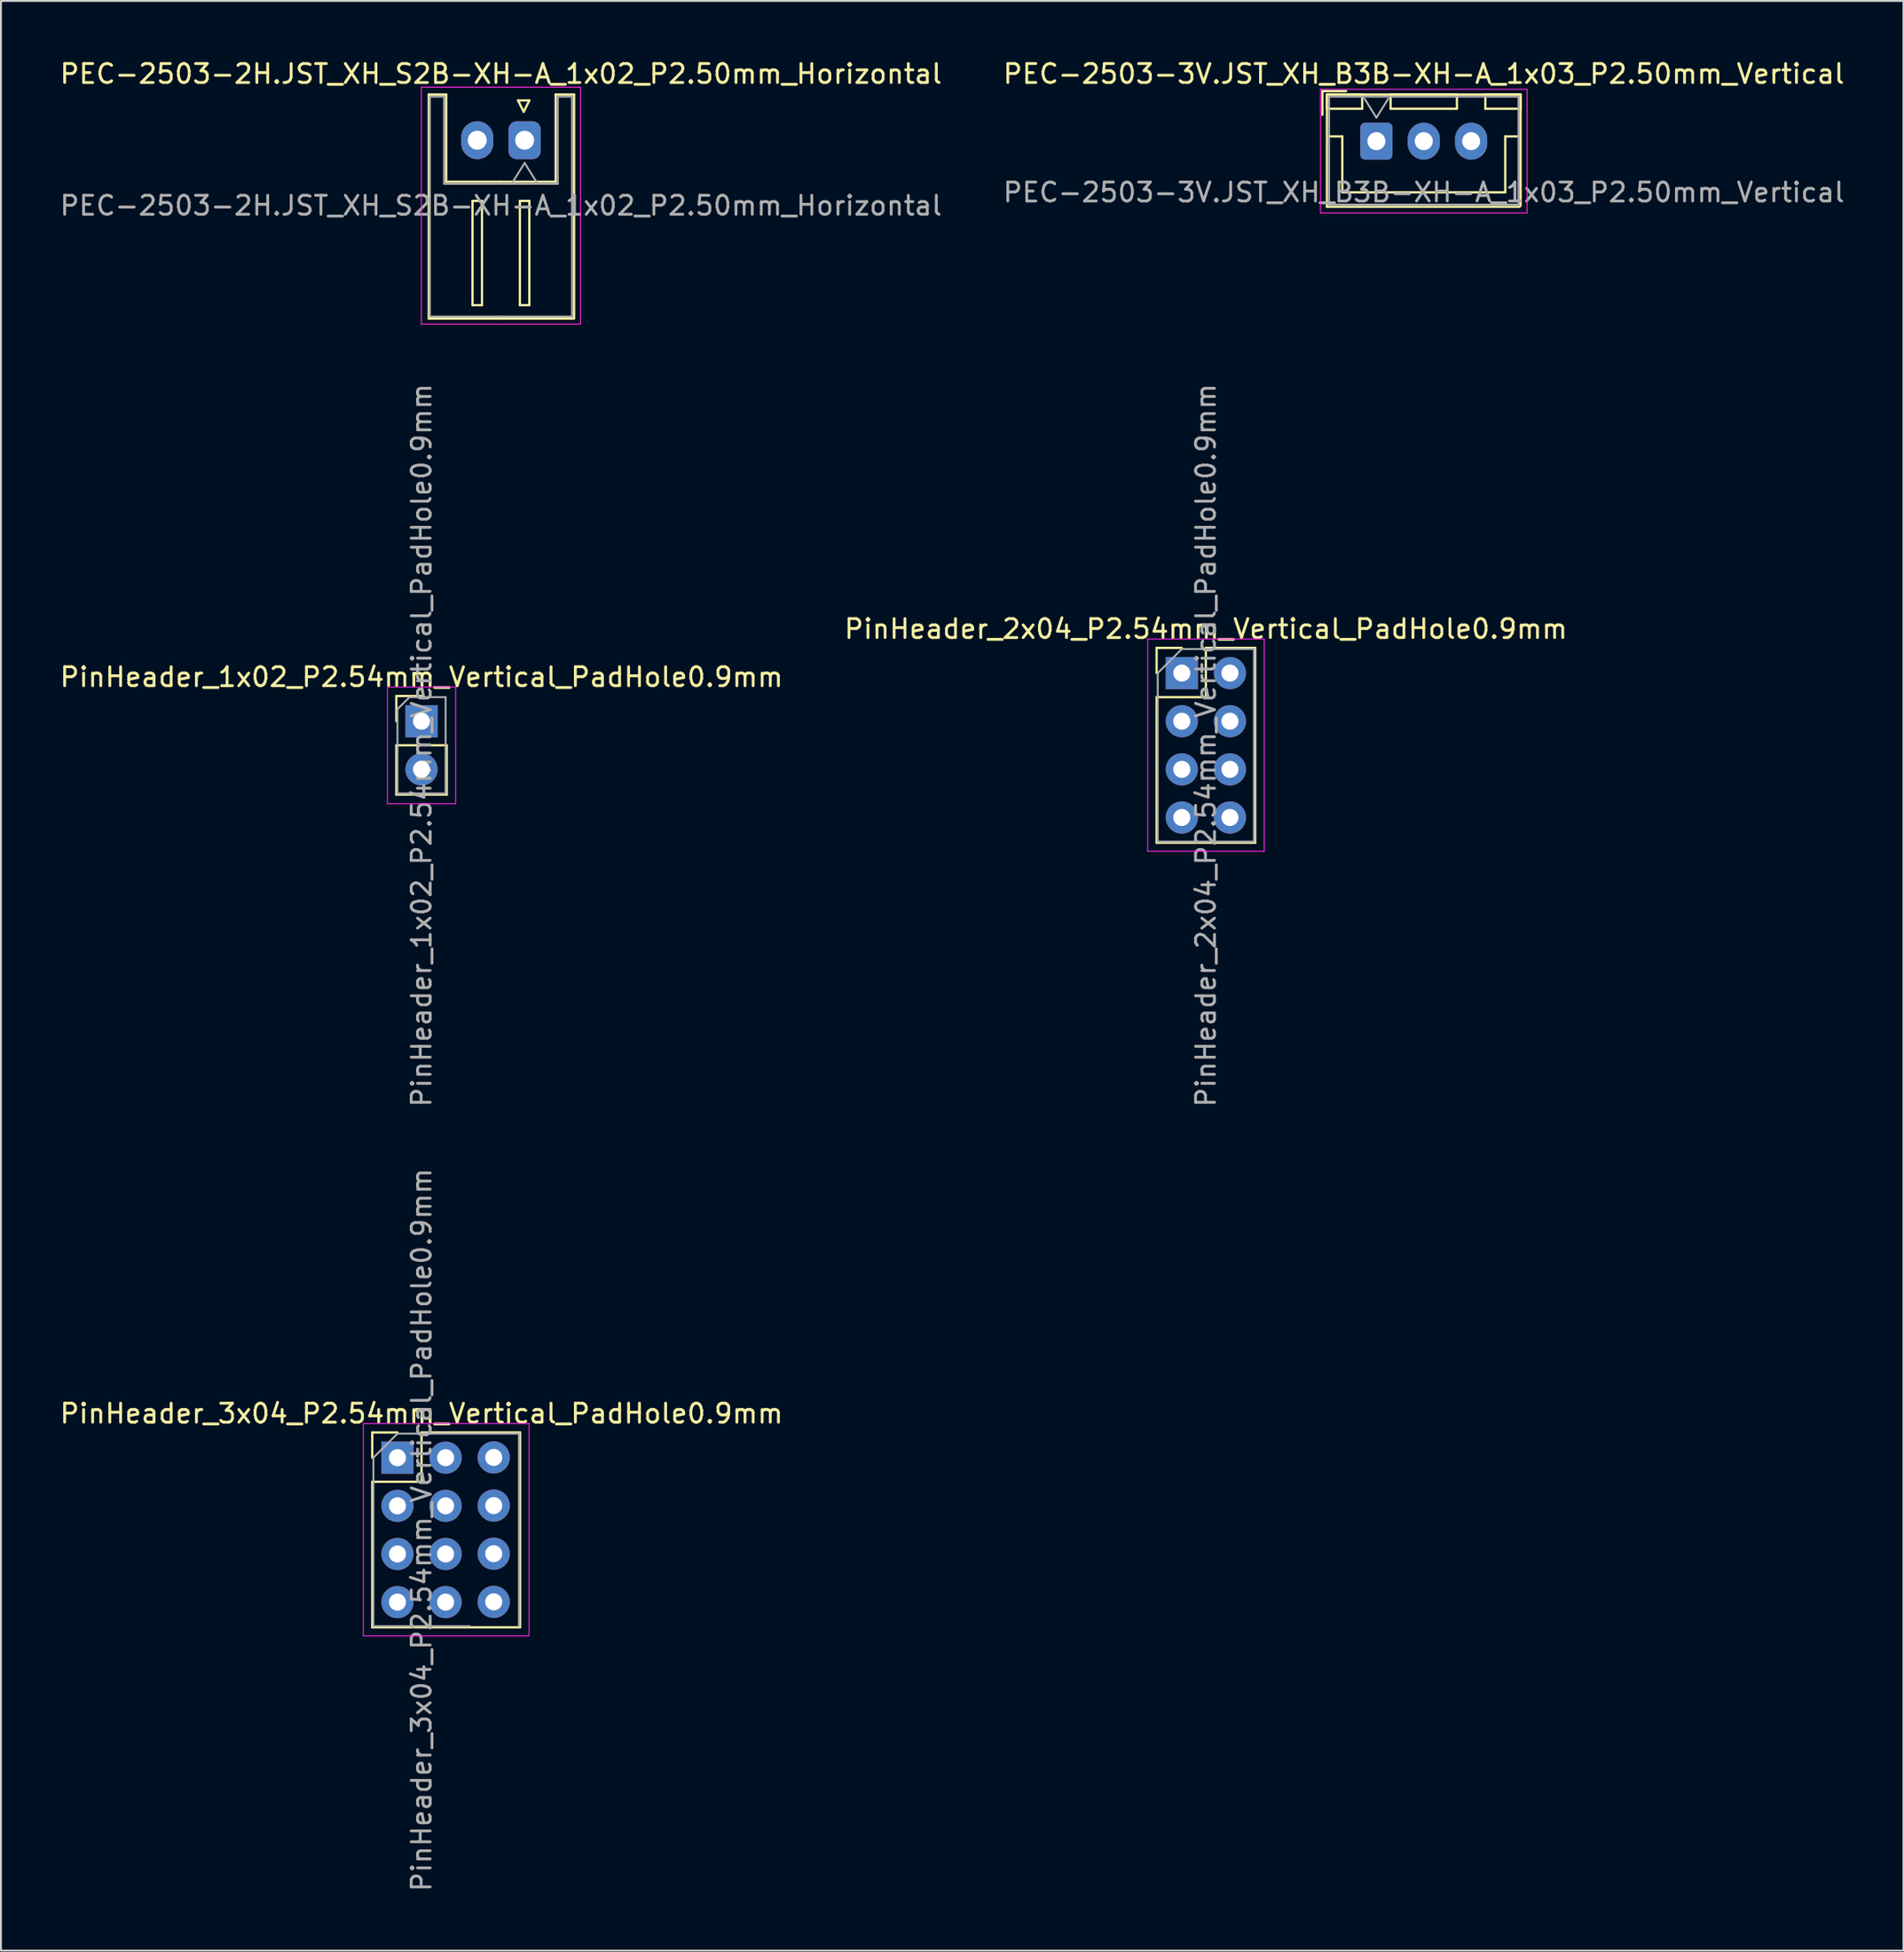
<source format=kicad_pcb>
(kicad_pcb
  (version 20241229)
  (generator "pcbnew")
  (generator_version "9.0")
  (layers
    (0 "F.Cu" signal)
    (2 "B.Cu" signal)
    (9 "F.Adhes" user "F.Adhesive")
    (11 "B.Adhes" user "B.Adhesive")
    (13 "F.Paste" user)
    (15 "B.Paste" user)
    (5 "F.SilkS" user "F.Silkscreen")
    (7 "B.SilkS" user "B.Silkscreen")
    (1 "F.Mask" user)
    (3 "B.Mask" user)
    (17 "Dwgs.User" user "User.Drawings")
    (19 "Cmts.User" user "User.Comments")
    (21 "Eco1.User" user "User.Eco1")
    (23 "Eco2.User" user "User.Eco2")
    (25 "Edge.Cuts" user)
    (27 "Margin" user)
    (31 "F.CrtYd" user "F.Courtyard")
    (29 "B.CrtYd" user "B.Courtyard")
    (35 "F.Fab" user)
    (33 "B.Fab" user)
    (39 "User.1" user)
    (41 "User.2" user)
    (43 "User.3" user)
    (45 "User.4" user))
  (footprint "PinHeader_2x04_P2.54mm_Vertical_PadHole0.9mm"
    (layer "F.Cu")
    (at 59.319 32.46)
    (property "Reference" "PinHeader_2x04_P2.54mm_Vertical_PadHole0.9mm" (at 1.27 -2.33 180) (layer "F.SilkS") (effects (font (size 1 1) (thickness 0.15))))
    (attr through_hole)
    (fp_line (start -1.33 -1.33) (end 0 -1.33) (stroke (width 0.12) (type solid)) (layer "F.SilkS"))
    (fp_line (start -1.33 0) (end -1.33 -1.33) (stroke (width 0.12) (type solid)) (layer "F.SilkS"))
    (fp_line (start -1.33 1.27) (end -1.33 8.95) (stroke (width 0.12) (type solid)) (layer "F.SilkS"))
    (fp_line (start -1.33 1.27) (end 1.27 1.27) (stroke (width 0.12) (type solid)) (layer "F.SilkS"))
    (fp_line (start -1.33 8.95) (end 3.87 8.95) (stroke (width 0.12) (type solid)) (layer "F.SilkS"))
    (fp_line (start 1.27 -1.33) (end 3.87 -1.33) (stroke (width 0.12) (type solid)) (layer "F.SilkS"))
    (fp_line (start 1.27 1.27) (end 1.27 -1.33) (stroke (width 0.12) (type solid)) (layer "F.SilkS"))
    (fp_line (start 3.87 -1.33) (end 3.87 8.95) (stroke (width 0.12) (type solid)) (layer "F.SilkS"))
    (fp_line (start -1.8 -1.8) (end -1.8 9.4) (stroke (width 0.05) (type solid)) (layer "F.CrtYd"))
    (fp_line (start -1.8 9.4) (end 4.35 9.4) (stroke (width 0.05) (type solid)) (layer "F.CrtYd"))
    (fp_line (start 4.35 -1.8) (end -1.8 -1.8) (stroke (width 0.05) (type solid)) (layer "F.CrtYd"))
    (fp_line (start 4.35 9.4) (end 4.35 -1.8) (stroke (width 0.05) (type solid)) (layer "F.CrtYd"))
    (fp_line (start -1.27 0) (end 0 -1.27) (stroke (width 0.1) (type solid)) (layer "F.Fab"))
    (fp_line (start -1.27 8.89) (end -1.27 0) (stroke (width 0.1) (type solid)) (layer "F.Fab"))
    (fp_line (start 0 -1.27) (end 3.81 -1.27) (stroke (width 0.1) (type solid)) (layer "F.Fab"))
    (fp_line (start 3.81 -1.27) (end 3.81 8.89) (stroke (width 0.1) (type solid)) (layer "F.Fab"))
    (fp_line (start 3.81 8.89) (end -1.27 8.89) (stroke (width 0.1) (type solid)) (layer "F.Fab"))
    (fp_text user "${REFERENCE}" (at 1.27 3.81 270) (layer "F.Fab") (effects (font (size 1 1) (thickness 0.15))))
    (pad "1" thru_hole rect (at 0 0) (size 1.7 1.7) (drill 0.9) (layers "*.Cu" "*.Mask"))
    (pad "2" thru_hole oval (at 2.54 0) (size 1.7 1.7) (drill 0.9) (layers "*.Cu" "*.Mask"))
    (pad "3" thru_hole oval (at 0 2.54) (size 1.7 1.7) (drill 0.9) (layers "*.Cu" "*.Mask"))
    (pad "4" thru_hole oval (at 2.54 2.54) (size 1.7 1.7) (drill 0.9) (layers "*.Cu" "*.Mask"))
    (pad "5" thru_hole oval (at 0 5.08) (size 1.7 1.7) (drill 0.9) (layers "*.Cu" "*.Mask"))
    (pad "6" thru_hole oval (at 2.54 5.08) (size 1.7 1.7) (drill 0.9) (layers "*.Cu" "*.Mask"))
    (pad "7" thru_hole oval (at 0 7.62) (size 1.7 1.7) (drill 0.9) (layers "*.Cu" "*.Mask"))
    (pad "8" thru_hole oval (at 2.54 7.62) (size 1.7 1.7) (drill 0.9) (layers "*.Cu" "*.Mask")))
  (footprint "PEC-2503-3V.JST_XH_B3B-XH-A_1x03_P2.50mm_Vertical"
    (layer "F.Cu")
    (at 69.589 4.398)
    (property "Reference" "PEC-2503-3V.JST_XH_B3B-XH-A_1x03_P2.50mm_Vertical" (at 2.5 -3.55 0) (layer "F.SilkS") (effects (font (size 1 1) (thickness 0.15))))
    (attr through_hole)
    (fp_line (start -2.85 -2.64) (end -2.85 -1.39) (stroke (width 0.12) (type solid)) (layer "F.SilkS"))
    (fp_line (start -2.61 -2.46) (end -2.61 -1.71) (stroke (width 0.12) (type solid)) (layer "F.SilkS"))
    (fp_line (start -2.61 -2.46) (end -2.61 3.46) (stroke (width 0.12) (type solid)) (layer "F.SilkS"))
    (fp_line (start -2.61 -1.71) (end -0.75 -1.71) (stroke (width 0.12) (type solid)) (layer "F.SilkS"))
    (fp_line (start -2.61 3.46) (end 7.56 3.46) (stroke (width 0.12) (type solid)) (layer "F.SilkS"))
    (fp_line (start -2.55 -0.25) (end -1.8 -0.25) (stroke (width 0.12) (type solid)) (layer "F.SilkS"))
    (fp_line (start -1.8 -0.25) (end -1.8 2.7) (stroke (width 0.12) (type solid)) (layer "F.SilkS"))
    (fp_line (start -1.8 2.7) (end 2.5 2.7) (stroke (width 0.12) (type solid)) (layer "F.SilkS"))
    (fp_line (start -1.6 -2.64) (end -2.85 -2.64) (stroke (width 0.12) (type solid)) (layer "F.SilkS"))
    (fp_line (start -0.75 -2.46) (end -2.55 -2.46) (stroke (width 0.12) (type solid)) (layer "F.SilkS"))
    (fp_line (start -0.75 -1.71) (end -0.75 -2.46) (stroke (width 0.12) (type solid)) (layer "F.SilkS"))
    (fp_line (start 0.75 -2.46) (end 0.75 -1.71) (stroke (width 0.12) (type solid)) (layer "F.SilkS"))
    (fp_line (start 0.75 -1.71) (end 4.25 -1.71) (stroke (width 0.12) (type solid)) (layer "F.SilkS"))
    (fp_line (start 4.25 -2.46) (end 0.75 -2.46) (stroke (width 0.12) (type solid)) (layer "F.SilkS"))
    (fp_line (start 4.25 -1.71) (end 4.25 -2.46) (stroke (width 0.12) (type solid)) (layer "F.SilkS"))
    (fp_line (start 5.75 -2.46) (end 5.75 -1.71) (stroke (width 0.12) (type solid)) (layer "F.SilkS"))
    (fp_line (start 5.75 -1.71) (end 7.61 -1.71) (stroke (width 0.12) (type solid)) (layer "F.SilkS"))
    (fp_line (start 6.8 -0.25) (end 6.8 2.7) (stroke (width 0.12) (type solid)) (layer "F.SilkS"))
    (fp_line (start 6.8 2.7) (end 2.5 2.7) (stroke (width 0.12) (type solid)) (layer "F.SilkS"))
    (fp_line (start 7.55 -2.46) (end 5.75 -2.46) (stroke (width 0.12) (type solid)) (layer "F.SilkS"))
    (fp_line (start 7.55 -0.25) (end 6.8 -0.25) (stroke (width 0.12) (type solid)) (layer "F.SilkS"))
    (fp_line (start 7.61 -2.46) (end -2.56 -2.46) (stroke (width 0.12) (type solid)) (layer "F.SilkS"))
    (fp_line (start 7.61 -1.71) (end 7.61 -2.46) (stroke (width 0.12) (type solid)) (layer "F.SilkS"))
    (fp_line (start 7.61 3.4) (end 7.61 -2.46) (stroke (width 0.12) (type solid)) (layer "F.SilkS"))
    (fp_line (start -2.95 -2.74) (end -2.95 3.79) (stroke (width 0.05) (type solid)) (layer "F.CrtYd"))
    (fp_line (start -2.95 3.79) (end 7.95 3.79) (stroke (width 0.05) (type solid)) (layer "F.CrtYd"))
    (fp_line (start 7.95 -2.74) (end -2.95 -2.74) (stroke (width 0.05) (type solid)) (layer "F.CrtYd"))
    (fp_line (start 7.95 3.79) (end 7.95 -2.74) (stroke (width 0.05) (type solid)) (layer "F.CrtYd"))
    (fp_line (start -2.5 -2.35) (end -2.5 3.35) (stroke (width 0.1) (type solid)) (layer "F.Fab"))
    (fp_line (start -2.5 3.35) (end 7.5 3.35) (stroke (width 0.1) (type solid)) (layer "F.Fab"))
    (fp_line (start -0.625 -2.24) (end 0 -1.24) (stroke (width 0.1) (type solid)) (layer "F.Fab"))
    (fp_line (start 0 -1.24) (end 0.625 -2.24) (stroke (width 0.1) (type solid)) (layer "F.Fab"))
    (fp_line (start 7.5 -2.35) (end -2.5 -2.35) (stroke (width 0.1) (type solid)) (layer "F.Fab"))
    (fp_line (start 7.5 3.35) (end 7.5 -2.35) (stroke (width 0.1) (type solid)) (layer "F.Fab"))
    (fp_text user "${REFERENCE}" (at 2.5 2.7 0) (layer "F.Fab") (effects (font (size 1 1) (thickness 0.15))))
    (pad "1" thru_hole roundrect (at 0 0) (size 1.7 1.95) (drill 0.95) (layers "*.Cu" "*.Mask") (roundrect_rratio 0.147))
    (pad "2" thru_hole oval (at 2.5 0) (size 1.7 1.95) (drill 0.95) (layers "*.Cu" "*.Mask"))
    (pad "3" thru_hole oval (at 5 0) (size 1.7 1.95) (drill 0.95) (layers "*.Cu" "*.Mask")))
  (footprint "PinHeader_3x04_P2.54mm_Vertical_PadHole0.9mm"
    (layer "F.Cu")
    (at 20.466 73.853)
    (property "Reference" "PinHeader_3x04_P2.54mm_Vertical_PadHole0.9mm" (at -1.27 -2.33 0) (layer "F.SilkS") (effects (font (size 1 1) (thickness 0.15))))
    (attr through_hole)
    (fp_line (start -3.87 -1.33) (end -2.54 -1.33) (stroke (width 0.12) (type solid)) (layer "F.SilkS"))
    (fp_line (start -3.87 0) (end -3.87 -1.33) (stroke (width 0.12) (type solid)) (layer "F.SilkS"))
    (fp_line (start -3.87 1.27) (end -3.87 8.95) (stroke (width 0.12) (type solid)) (layer "F.SilkS"))
    (fp_line (start -3.87 1.27) (end -1.27 1.27) (stroke (width 0.12) (type solid)) (layer "F.SilkS"))
    (fp_line (start -3.87 8.95) (end 3.933 8.95) (stroke (width 0.12) (type solid)) (layer "F.SilkS"))
    (fp_line (start -1.27 -1.33) (end 3.933 -1.33) (stroke (width 0.12) (type solid)) (layer "F.SilkS"))
    (fp_line (start -1.27 1.27) (end -1.27 -1.33) (stroke (width 0.12) (type solid)) (layer "F.SilkS"))
    (fp_line (start 3.933 -1.33) (end 3.933 8.947) (stroke (width 0.12) (type solid)) (layer "F.SilkS"))
    (fp_line (start -4.34 -1.8) (end -4.34 9.4) (stroke (width 0.05) (type solid)) (layer "F.CrtYd"))
    (fp_line (start -4.34 9.4) (end 4.404 9.4) (stroke (width 0.05) (type solid)) (layer "F.CrtYd"))
    (fp_line (start 4.404 -1.8) (end -4.34 -1.8) (stroke (width 0.05) (type solid)) (layer "F.CrtYd"))
    (fp_line (start 4.404 9.384) (end 4.404 -1.8) (stroke (width 0.05) (type solid)) (layer "F.CrtYd"))
    (fp_line (start -3.81 0) (end -2.54 -1.27) (stroke (width 0.1) (type solid)) (layer "F.Fab"))
    (fp_line (start -3.81 8.89) (end -3.81 0) (stroke (width 0.1) (type solid)) (layer "F.Fab"))
    (fp_line (start -2.54 -1.27) (end 3.873 -1.27) (stroke (width 0.1) (type solid)) (layer "F.Fab"))
    (fp_line (start 1.27 8.89) (end -3.81 8.89) (stroke (width 0.1) (type solid)) (layer "F.Fab"))
    (fp_line (start 3.873 -1.27) (end 3.873 8.89) (stroke (width 0.1) (type solid)) (layer "F.Fab"))
    (fp_text user "${REFERENCE}" (at -1.27 3.81 90) (layer "F.Fab") (effects (font (size 1 1) (thickness 0.15))))
    (pad "1" thru_hole rect (at -2.54 0) (size 1.7 1.7) (drill 0.9) (layers "*.Cu" "*.Mask"))
    (pad "2" thru_hole oval (at -2.54 2.54) (size 1.7 1.7) (drill 0.9) (layers "*.Cu" "*.Mask"))
    (pad "3" thru_hole oval (at -2.54 5.08) (size 1.7 1.7) (drill 0.9) (layers "*.Cu" "*.Mask"))
    (pad "4" thru_hole oval (at -2.54 7.62) (size 1.7 1.7) (drill 0.9) (layers "*.Cu" "*.Mask"))
    (pad "GND" thru_hole oval (at 2.54 -0.013) (size 1.7 1.7) (drill 0.9) (layers "*.Cu" "*.Mask"))
    (pad "GND" thru_hole oval (at 2.54 2.527) (size 1.7 1.7) (drill 0.9) (layers "*.Cu" "*.Mask"))
    (pad "GND" thru_hole oval (at 2.54 5.067) (size 1.7 1.7) (drill 0.9) (layers "*.Cu" "*.Mask"))
    (pad "GND" thru_hole oval (at 2.54 7.607) (size 1.7 1.7) (drill 0.9) (layers "*.Cu" "*.Mask"))
    (pad "VCC" thru_hole oval (at 0 0) (size 1.7 1.7) (drill 0.9) (layers "*.Cu" "*.Mask"))
    (pad "VCC" thru_hole oval (at 0 2.54) (size 1.7 1.7) (drill 0.9) (layers "*.Cu" "*.Mask"))
    (pad "VCC" thru_hole oval (at 0 5.08) (size 1.7 1.7) (drill 0.9) (layers "*.Cu" "*.Mask"))
    (pad "VCC" thru_hole oval (at 0 7.62) (size 1.7 1.7) (drill 0.9) (layers "*.Cu" "*.Mask")))
  (footprint "PinHeader_1x02_P2.54mm_Vertical_PadHole0.9mm"
    (layer "F.Cu")
    (at 19.196 35)
    (property "Reference" "PinHeader_1x02_P2.54mm_Vertical_PadHole0.9mm" (at 0 -2.33 0) (layer "F.SilkS") (effects (font (size 1 1) (thickness 0.15))))
    (attr through_hole)
    (fp_line (start -1.33 -1.33) (end 0 -1.33) (stroke (width 0.12) (type solid)) (layer "F.SilkS"))
    (fp_line (start -1.33 0) (end -1.33 -1.33) (stroke (width 0.12) (type solid)) (layer "F.SilkS"))
    (fp_line (start -1.33 1.27) (end -1.33 3.87) (stroke (width 0.12) (type solid)) (layer "F.SilkS"))
    (fp_line (start -1.33 1.27) (end 1.33 1.27) (stroke (width 0.12) (type solid)) (layer "F.SilkS"))
    (fp_line (start -1.33 3.87) (end 1.33 3.87) (stroke (width 0.12) (type solid)) (layer "F.SilkS"))
    (fp_line (start 1.33 1.27) (end 1.33 3.87) (stroke (width 0.12) (type solid)) (layer "F.SilkS"))
    (fp_line (start -1.8 -1.8) (end -1.8 4.35) (stroke (width 0.05) (type solid)) (layer "F.CrtYd"))
    (fp_line (start -1.8 4.35) (end 1.8 4.35) (stroke (width 0.05) (type solid)) (layer "F.CrtYd"))
    (fp_line (start 1.8 -1.8) (end -1.8 -1.8) (stroke (width 0.05) (type solid)) (layer "F.CrtYd"))
    (fp_line (start 1.8 4.35) (end 1.8 -1.8) (stroke (width 0.05) (type solid)) (layer "F.CrtYd"))
    (fp_line (start -1.27 -0.635) (end -0.635 -1.27) (stroke (width 0.1) (type solid)) (layer "F.Fab"))
    (fp_line (start -1.27 3.81) (end -1.27 -0.635) (stroke (width 0.1) (type solid)) (layer "F.Fab"))
    (fp_line (start -0.635 -1.27) (end 1.27 -1.27) (stroke (width 0.1) (type solid)) (layer "F.Fab"))
    (fp_line (start 1.27 -1.27) (end 1.27 3.81) (stroke (width 0.1) (type solid)) (layer "F.Fab"))
    (fp_line (start 1.27 3.81) (end -1.27 3.81) (stroke (width 0.1) (type solid)) (layer "F.Fab"))
    (fp_text user "${REFERENCE}" (at 0 1.27 270) (layer "F.Fab") (effects (font (size 1 1) (thickness 0.15))))
    (pad "1" thru_hole rect (at 0 0) (size 1.7 1.7) (drill 0.9) (layers "*.Cu" "*.Mask"))
    (pad "2" thru_hole oval (at 0 2.54) (size 1.7 1.7) (drill 0.9) (layers "*.Cu" "*.Mask")))
  (footprint "PEC-2503-2H.JST_XH_S2B-XH-A_1x02_P2.50mm_Horizontal"
    (layer "F.Cu")
    (at 22.137 4.348)
    (property "Reference" "PEC-2503-2H.JST_XH_S2B-XH-A_1x02_P2.50mm_Horizontal" (at 1.25 -3.5 0) (layer "F.SilkS") (effects (font (size 1 1) (thickness 0.15))))
    (attr through_hole)
    (fp_line (start -2.56 -2.41) (end -1.64 -2.41) (stroke (width 0.12) (type solid)) (layer "F.SilkS"))
    (fp_line (start -2.56 9.41) (end -2.56 -2.41) (stroke (width 0.12) (type solid)) (layer "F.SilkS"))
    (fp_line (start -1.64 -2.41) (end -1.64 2.19) (stroke (width 0.12) (type solid)) (layer "F.SilkS"))
    (fp_line (start -1.64 2.19) (end 1.25 2.19) (stroke (width 0.12) (type solid)) (layer "F.SilkS"))
    (fp_line (start -0.25 3.2) (end -0.25 8.7) (stroke (width 0.12) (type solid)) (layer "F.SilkS"))
    (fp_line (start -0.25 8.7) (end 0.25 8.7) (stroke (width 0.12) (type solid)) (layer "F.SilkS"))
    (fp_line (start 0.25 3.2) (end -0.25 3.2) (stroke (width 0.12) (type solid)) (layer "F.SilkS"))
    (fp_line (start 0.25 8.7) (end 0.25 3.2) (stroke (width 0.12) (type solid)) (layer "F.SilkS"))
    (fp_line (start 1.25 9.41) (end -2.56 9.41) (stroke (width 0.12) (type solid)) (layer "F.SilkS"))
    (fp_line (start 1.25 9.41) (end 5.06 9.41) (stroke (width 0.12) (type solid)) (layer "F.SilkS"))
    (fp_line (start 2.15 -2.1) (end 2.75 -2.1) (stroke (width 0.12) (type solid)) (layer "F.SilkS"))
    (fp_line (start 2.25 3.2) (end 2.25 8.7) (stroke (width 0.12) (type solid)) (layer "F.SilkS"))
    (fp_line (start 2.25 8.7) (end 2.75 8.7) (stroke (width 0.12) (type solid)) (layer "F.SilkS"))
    (fp_line (start 2.45 -1.5) (end 2.15 -2.1) (stroke (width 0.12) (type solid)) (layer "F.SilkS"))
    (fp_line (start 2.75 -2.1) (end 2.45 -1.5) (stroke (width 0.12) (type solid)) (layer "F.SilkS"))
    (fp_line (start 2.75 3.2) (end 2.25 3.2) (stroke (width 0.12) (type solid)) (layer "F.SilkS"))
    (fp_line (start 2.75 8.7) (end 2.75 3.2) (stroke (width 0.12) (type solid)) (layer "F.SilkS"))
    (fp_line (start 4.14 -2.41) (end 4.14 2.19) (stroke (width 0.12) (type solid)) (layer "F.SilkS"))
    (fp_line (start 4.14 2.19) (end 1.25 2.19) (stroke (width 0.12) (type solid)) (layer "F.SilkS"))
    (fp_line (start 5.11 -2.41) (end 4.14 -2.41) (stroke (width 0.12) (type solid)) (layer "F.SilkS"))
    (fp_line (start 5.11 9.41) (end 5.11 -2.41) (stroke (width 0.12) (type solid)) (layer "F.SilkS"))
    (fp_line (start -2.95 -2.8) (end -2.95 9.7) (stroke (width 0.05) (type solid)) (layer "F.CrtYd"))
    (fp_line (start -2.95 9.7) (end 5.45 9.7) (stroke (width 0.05) (type solid)) (layer "F.CrtYd"))
    (fp_line (start 5.45 -2.8) (end -2.95 -2.8) (stroke (width 0.05) (type solid)) (layer "F.CrtYd"))
    (fp_line (start 5.45 9.7) (end 5.45 -2.8) (stroke (width 0.05) (type solid)) (layer "F.CrtYd"))
    (fp_line (start -2.5 9.2) (end -2.5 -2.3) (stroke (width 0.1) (type solid)) (layer "F.Fab"))
    (fp_line (start -2.45 -2.3) (end -1.75 -2.3) (stroke (width 0.1) (type solid)) (layer "F.Fab"))
    (fp_line (start -1.75 -2.3) (end -1.75 2.3) (stroke (width 0.1) (type solid)) (layer "F.Fab"))
    (fp_line (start -1.75 2.3) (end 1.25 2.3) (stroke (width 0.1) (type solid)) (layer "F.Fab"))
    (fp_line (start 1.25 9.3) (end -2.5 9.3) (stroke (width 0.1) (type solid)) (layer "F.Fab"))
    (fp_line (start 1.25 9.3) (end 4.95 9.3) (stroke (width 0.1) (type solid)) (layer "F.Fab"))
    (fp_line (start 1.875 2.2) (end 2.5 1.2) (stroke (width 0.1) (type solid)) (layer "F.Fab"))
    (fp_line (start 2.5 1.2) (end 3.125 2.2) (stroke (width 0.1) (type solid)) (layer "F.Fab"))
    (fp_line (start 4.25 -2.3) (end 4.25 2.3) (stroke (width 0.1) (type solid)) (layer "F.Fab"))
    (fp_line (start 4.25 2.3) (end 1.25 2.3) (stroke (width 0.1) (type solid)) (layer "F.Fab"))
    (fp_line (start 5 -2.3) (end 4.25 -2.3) (stroke (width 0.1) (type solid)) (layer "F.Fab"))
    (fp_line (start 5 9.3) (end 5 -2.3) (stroke (width 0.1) (type solid)) (layer "F.Fab"))
    (fp_text user "${REFERENCE}" (at 1.25 3.45 0) (layer "F.Fab") (effects (font (size 1 1) (thickness 0.15))))
    (pad "1" thru_hole roundrect (at 2.5 0) (size 1.7 2) (drill 1) (layers "*.Cu" "*.Mask") (roundrect_rratio 0.25))
    (pad "2" thru_hole oval (at 0 0) (size 1.7 2) (drill 1) (layers "*.Cu" "*.Mask")))
  (gr_rect
    (start -3 -3)
    (end 97.405 99.859)
    (stroke (width 0.1) (type default))
    (fill no)
    (layer "Edge.Cuts")))
</source>
